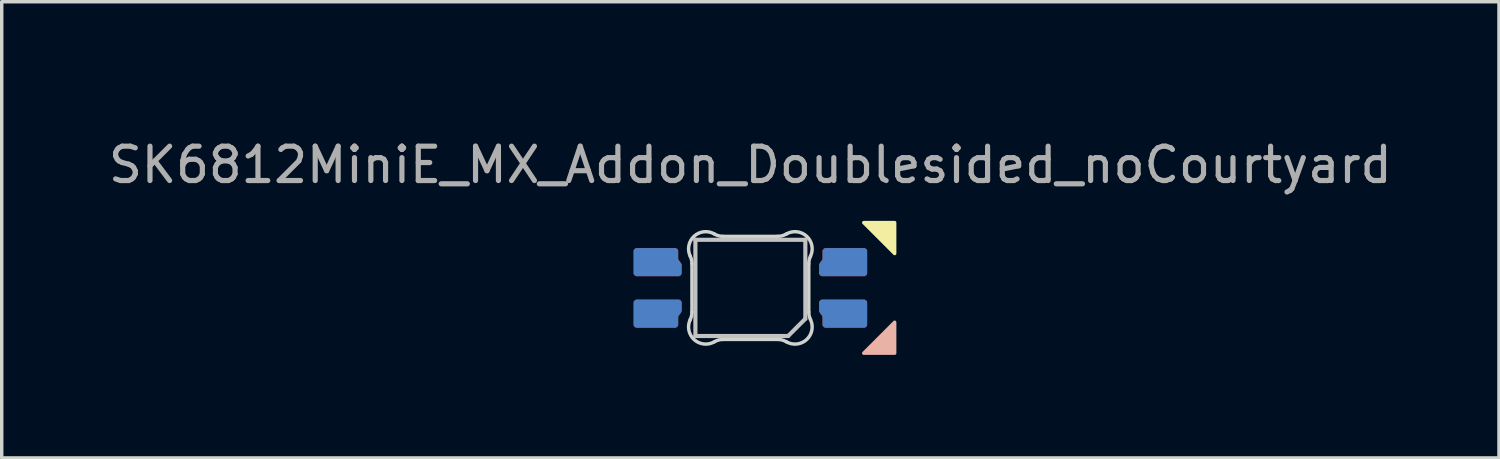
<source format=kicad_pcb>
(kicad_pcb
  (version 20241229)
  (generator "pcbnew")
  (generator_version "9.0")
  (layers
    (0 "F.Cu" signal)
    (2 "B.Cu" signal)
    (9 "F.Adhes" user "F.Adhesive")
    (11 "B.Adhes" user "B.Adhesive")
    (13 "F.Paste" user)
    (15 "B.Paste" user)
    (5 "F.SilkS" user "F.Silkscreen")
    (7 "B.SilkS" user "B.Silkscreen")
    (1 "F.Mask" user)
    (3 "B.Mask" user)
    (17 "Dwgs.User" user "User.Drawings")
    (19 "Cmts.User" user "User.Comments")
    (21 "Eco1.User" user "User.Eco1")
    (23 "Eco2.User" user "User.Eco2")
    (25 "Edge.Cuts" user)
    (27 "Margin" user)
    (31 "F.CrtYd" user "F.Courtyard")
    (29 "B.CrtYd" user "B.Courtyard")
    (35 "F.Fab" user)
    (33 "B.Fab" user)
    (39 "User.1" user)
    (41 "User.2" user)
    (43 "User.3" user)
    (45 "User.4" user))
  (footprint "SK6812MiniE_MX_Addon_Doublesided_noCourtyard"
    (layer "F.Cu")
    (at 18.792 0.25)
    (property "Reference" "SK6812MiniE_MX_Addon_Doublesided_noCourtyard" (at 0 1.5 0) (layer "F.Fab") (effects (font (size 1 1) (thickness 0.15))))
    (attr smd)
    (fp_poly (pts (xy 4.2 4.08) (xy 3.3 3.18) (xy 4.2 3.18)) (stroke (width 0.1) (type solid)) (fill yes) (layer "F.SilkS"))
    (fp_poly (pts (xy 4.2 6.08) (xy 3.3 6.98) (xy 4.2 6.98)) (stroke (width 0.1) (type solid)) (fill yes) (layer "B.SilkS"))
    (fp_line (start -1.6 3.68) (end -1.6 6.48) (stroke (width 0.12) (type solid)) (layer "Dwgs.User"))
    (fp_line (start -1.6 6.48) (end 1.1 6.48) (stroke (width 0.12) (type solid)) (layer "Dwgs.User"))
    (fp_line (start 1.6 3.68) (end -1.6 3.68) (stroke (width 0.12) (type solid)) (layer "Dwgs.User"))
    (fp_line (start 1.6 5.98) (end 1.1 6.48) (stroke (width 0.12) (type solid)) (layer "Dwgs.User"))
    (fp_line (start 1.6 5.98) (end 1.6 3.68) (stroke (width 0.12) (type solid)) (layer "Dwgs.User"))
    (fp_line (start -1.7 5.783) (end -1.7 4.377) (stroke (width 0.1) (type solid)) (layer "Edge.Cuts"))
    (fp_line (start -0.794 3.58) (end 0.794 3.58) (stroke (width 0.1) (type solid)) (layer "Edge.Cuts"))
    (fp_line (start 0.794 6.58) (end -0.794 6.58) (stroke (width 0.1) (type solid)) (layer "Edge.Cuts"))
    (fp_line (start 1.7 4.377) (end 1.7 5.783) (stroke (width 0.1) (type solid)) (layer "Edge.Cuts"))
    (fp_arc (start -1.749484 4.160279) (mid -1.712527 4.265931) (end -1.699999 4.377157) (stroke (width 0.1) (type solid)) (layer "Edge.Cuts"))
    (fp_arc (start -1.749484 4.160279) (mid -1.638071 3.575964) (end -1.046711 3.5117) (stroke (width 0.1) (type solid)) (layer "Edge.Cuts"))
    (fp_arc (start -1.699999 5.782842) (mid -1.712527 5.894067) (end -1.749484 5.999719) (stroke (width 0.1) (type solid)) (layer "Edge.Cuts"))
    (fp_arc (start -1.046711 6.648296) (mid -1.63807 6.584033) (end -1.749484 5.999719) (stroke (width 0.1) (type solid)) (layer "Edge.Cuts"))
    (fp_arc (start -1.04671 6.648298) (mid -0.925122 6.597376) (end -0.794452 6.579999) (stroke (width 0.1) (type solid)) (layer "Edge.Cuts"))
    (fp_arc (start -0.794453 3.579999) (mid -0.925123 3.562622) (end -1.046711 3.5117) (stroke (width 0.1) (type solid)) (layer "Edge.Cuts"))
    (fp_arc (start 0.794452 6.579999) (mid 0.925123 6.597376) (end 1.046711 6.648298) (stroke (width 0.1) (type solid)) (layer "Edge.Cuts"))
    (fp_arc (start 1.046711 3.511701) (mid 0.925123 3.562623) (end 0.794453 3.58) (stroke (width 0.1) (type solid)) (layer "Edge.Cuts"))
    (fp_arc (start 1.046711 3.511701) (mid 1.638071 3.575965) (end 1.749484 4.160279) (stroke (width 0.1) (type solid)) (layer "Edge.Cuts"))
    (fp_arc (start 1.699999 4.377156) (mid 1.712527 4.265931) (end 1.749484 4.160279) (stroke (width 0.1) (type solid)) (layer "Edge.Cuts"))
    (fp_arc (start 1.749484 5.999718) (mid 1.638072 6.584034) (end 1.046711 6.648298) (stroke (width 0.1) (type solid)) (layer "Edge.Cuts"))
    (fp_arc (start 1.749484 5.999719) (mid 1.712527 5.894067) (end 1.699999 5.782841) (stroke (width 0.1) (type solid)) (layer "Edge.Cuts"))
    (pad "1" smd custom (at -2.751 5.83 270) (size 0.82 1.151) (layers "F.Cu" "F.Mask" "F.Paste") (options (anchor rect)) (primitives (gr_poly (pts (xy -0.31 -0.671) (xy -0.41 -0.671) (xy -0.41 0.575) (xy -0.383 0.622) (xy -0.337 0.649) (xy -0.31 0.649)) (width 0) (fill yes)) (gr_poly (pts (xy -0.337 -0.749) (xy -0.383 -0.722) (xy -0.41 -0.675) (xy -0.41 -0.649) (xy -0.31 -0.649) (xy -0.31 -0.749)) (width 0) (fill yes)) (gr_poly (pts (xy -0.041 -0.736) (xy -0.06 -0.744) (xy -0.081 -0.749) (xy -0.091 -0.749) (xy -0.329 -0.749) (xy -0.329 -0.649) (xy 0.071 -0.589) (xy 0.055 -0.667) (xy -0.033 -0.73)) (width 0) (fill yes)) (gr_poly (pts (xy 0.061 -0.569) (xy 0.055 -0.667) (xy 0.063 -0.661) (xy 0.082 -0.653) (xy 0.103 -0.649) (xy 0.113 -0.649)) (width 0) (fill yes)) (gr_poly (pts (xy 0.41 0.549) (xy -0.32 0.549) (xy -0.32 0.649) (xy 0.337 0.649) (xy 0.383 0.622) (xy 0.41 0.575)) (width 0) (fill yes)) (gr_poly (pts (xy 0.383 -0.622) (xy 0.337 -0.649) (xy 0.31 -0.649) (xy 0.09 -0.649) (xy -0.35 -0.669) (xy -0.33 0.571) (xy 0.41 0.561) (xy 0.41 -0.549) (xy 0.41 -0.575)) (width 0) (fill yes))))
    (pad "1" smd custom (at -2.75 4.33 270) (size 0.82 1.151) (layers "B.Cu" "B.Mask" "B.Paste") (options (anchor rect)) (primitives (gr_poly (pts (xy 0.31 -0.671) (xy 0.41 -0.671) (xy 0.41 0.575) (xy 0.383 0.622) (xy 0.337 0.649) (xy 0.31 0.649)) (width 0) (fill yes)) (gr_poly (pts (xy 0.337 -0.749) (xy 0.383 -0.722) (xy 0.41 -0.675) (xy 0.41 -0.649) (xy 0.31 -0.649) (xy 0.31 -0.749)) (width 0) (fill yes)) (gr_poly (pts (xy 0.041 -0.736) (xy 0.06 -0.744) (xy 0.081 -0.749) (xy 0.091 -0.749) (xy 0.329 -0.749) (xy 0.329 -0.649) (xy -0.071 -0.589) (xy -0.055 -0.667) (xy 0.033 -0.73)) (width 0) (fill yes)) (gr_poly (pts (xy -0.061 -0.569) (xy -0.055 -0.667) (xy -0.063 -0.661) (xy -0.082 -0.653) (xy -0.103 -0.649) (xy -0.113 -0.649)) (width 0) (fill yes)) (gr_poly (pts (xy -0.41 0.549) (xy 0.32 0.549) (xy 0.32 0.649) (xy -0.337 0.649) (xy -0.383 0.622) (xy -0.41 0.575)) (width 0) (fill yes)) (gr_poly (pts (xy -0.383 -0.622) (xy -0.337 -0.649) (xy -0.31 -0.649) (xy -0.09 -0.649) (xy 0.35 -0.669) (xy 0.33 0.571) (xy -0.41 0.561) (xy -0.41 -0.549) (xy -0.41 -0.575)) (width 0) (fill yes))))
    (pad "2" smd custom (at -2.75 4.33 90) (size 0.82 1.151) (layers "F.Cu" "F.Mask" "F.Paste") (options (anchor rect)) (primitives (gr_poly (pts (xy -0.31 0.671) (xy -0.41 0.671) (xy -0.41 -0.575) (xy -0.383 -0.622) (xy -0.337 -0.649) (xy -0.31 -0.649)) (width 0) (fill yes)) (gr_poly (pts (xy -0.337 0.749) (xy -0.383 0.722) (xy -0.41 0.675) (xy -0.41 0.649) (xy -0.31 0.649) (xy -0.31 0.749)) (width 0) (fill yes)) (gr_poly (pts (xy -0.041 0.736) (xy -0.06 0.744) (xy -0.081 0.749) (xy -0.091 0.749) (xy -0.329 0.749) (xy -0.329 0.649) (xy 0.071 0.589) (xy 0.055 0.667) (xy -0.033 0.73)) (width 0) (fill yes)) (gr_poly (pts (xy 0.061 0.569) (xy 0.055 0.667) (xy 0.063 0.661) (xy 0.082 0.653) (xy 0.103 0.649) (xy 0.113 0.649)) (width 0) (fill yes)) (gr_poly (pts (xy 0.41 -0.549) (xy -0.32 -0.549) (xy -0.32 -0.649) (xy 0.337 -0.649) (xy 0.383 -0.622) (xy 0.41 -0.575)) (width 0) (fill yes)) (gr_poly (pts (xy 0.383 0.622) (xy 0.337 0.649) (xy 0.31 0.649) (xy 0.09 0.649) (xy -0.35 0.669) (xy -0.33 -0.571) (xy 0.41 -0.561) (xy 0.41 0.549) (xy 0.41 0.575)) (width 0) (fill yes))))
    (pad "2" smd custom (at -2.749 5.83 90) (size 0.82 1.151) (layers "B.Cu" "B.Mask" "B.Paste") (options (anchor rect)) (primitives (gr_poly (pts (xy 0.31 0.671) (xy 0.41 0.671) (xy 0.41 -0.575) (xy 0.383 -0.622) (xy 0.337 -0.649) (xy 0.31 -0.649)) (width 0) (fill yes)) (gr_poly (pts (xy 0.337 0.749) (xy 0.383 0.722) (xy 0.41 0.675) (xy 0.41 0.649) (xy 0.31 0.649) (xy 0.31 0.749)) (width 0) (fill yes)) (gr_poly (pts (xy 0.041 0.736) (xy 0.06 0.744) (xy 0.081 0.749) (xy 0.091 0.749) (xy 0.329 0.749) (xy 0.329 0.649) (xy -0.071 0.589) (xy -0.055 0.667) (xy 0.033 0.73)) (width 0) (fill yes)) (gr_poly (pts (xy -0.061 0.569) (xy -0.055 0.667) (xy -0.063 0.661) (xy -0.082 0.653) (xy -0.103 0.649) (xy -0.113 0.649)) (width 0) (fill yes)) (gr_poly (pts (xy -0.41 -0.549) (xy 0.32 -0.549) (xy 0.32 -0.649) (xy -0.337 -0.649) (xy -0.383 -0.622) (xy -0.41 -0.575)) (width 0) (fill yes)) (gr_poly (pts (xy -0.383 0.622) (xy -0.337 0.649) (xy -0.31 0.649) (xy -0.09 0.649) (xy 0.35 0.669) (xy 0.33 -0.571) (xy -0.41 -0.561) (xy -0.41 0.549) (xy -0.41 0.575)) (width 0) (fill yes))))
    (pad "3" smd custom (at 2.749 4.33 270) (size 0.82 1.151) (layers "F.Cu" "F.Mask" "F.Paste") (options (anchor rect)) (primitives (gr_poly (pts (xy 0.31 0.671) (xy 0.41 0.671) (xy 0.41 -0.575) (xy 0.383 -0.622) (xy 0.337 -0.649) (xy 0.31 -0.649)) (width 0) (fill yes)) (gr_poly (pts (xy 0.337 0.749) (xy 0.383 0.722) (xy 0.41 0.675) (xy 0.41 0.649) (xy 0.31 0.649) (xy 0.31 0.749)) (width 0) (fill yes)) (gr_poly (pts (xy 0.041 0.736) (xy 0.06 0.744) (xy 0.081 0.749) (xy 0.091 0.749) (xy 0.329 0.749) (xy 0.329 0.649) (xy -0.071 0.589) (xy -0.055 0.667) (xy 0.033 0.73)) (width 0) (fill yes)) (gr_poly (pts (xy -0.061 0.569) (xy -0.055 0.667) (xy -0.063 0.661) (xy -0.082 0.653) (xy -0.103 0.649) (xy -0.113 0.649)) (width 0) (fill yes)) (gr_poly (pts (xy -0.41 -0.549) (xy 0.32 -0.549) (xy 0.32 -0.649) (xy -0.337 -0.649) (xy -0.383 -0.622) (xy -0.41 -0.575)) (width 0) (fill yes)) (gr_poly (pts (xy -0.383 0.622) (xy -0.337 0.649) (xy -0.31 0.649) (xy -0.09 0.649) (xy 0.35 0.669) (xy 0.33 -0.571) (xy -0.41 -0.561) (xy -0.41 0.549) (xy -0.41 0.575)) (width 0) (fill yes))))
    (pad "3" smd custom (at 2.75 5.83 270) (size 0.82 1.151) (layers "B.Cu" "B.Mask" "B.Paste") (options (anchor rect)) (primitives (gr_poly (pts (xy -0.31 0.671) (xy -0.41 0.671) (xy -0.41 -0.575) (xy -0.383 -0.622) (xy -0.337 -0.649) (xy -0.31 -0.649)) (width 0) (fill yes)) (gr_poly (pts (xy -0.337 0.749) (xy -0.383 0.722) (xy -0.41 0.675) (xy -0.41 0.649) (xy -0.31 0.649) (xy -0.31 0.749)) (width 0) (fill yes)) (gr_poly (pts (xy -0.041 0.736) (xy -0.06 0.744) (xy -0.081 0.749) (xy -0.091 0.749) (xy -0.329 0.749) (xy -0.329 0.649) (xy 0.071 0.589) (xy 0.055 0.667) (xy -0.033 0.73)) (width 0) (fill yes)) (gr_poly (pts (xy 0.061 0.569) (xy 0.055 0.667) (xy 0.063 0.661) (xy 0.082 0.653) (xy 0.103 0.649) (xy 0.113 0.649)) (width 0) (fill yes)) (gr_poly (pts (xy 0.41 -0.549) (xy -0.32 -0.549) (xy -0.32 -0.649) (xy 0.337 -0.649) (xy 0.383 -0.622) (xy 0.41 -0.575)) (width 0) (fill yes)) (gr_poly (pts (xy 0.383 0.622) (xy 0.337 0.649) (xy 0.31 0.649) (xy 0.09 0.649) (xy -0.35 0.669) (xy -0.33 -0.571) (xy 0.41 -0.561) (xy 0.41 0.549) (xy 0.41 0.575)) (width 0) (fill yes))))
    (pad "4" smd custom (at 2.75 5.83 90) (size 0.82 1.151) (layers "F.Cu" "F.Mask" "F.Paste") (options (anchor rect)) (primitives (gr_poly (pts (xy 0.31 -0.671) (xy 0.41 -0.671) (xy 0.41 0.575) (xy 0.383 0.622) (xy 0.337 0.649) (xy 0.31 0.649)) (width 0) (fill yes)) (gr_poly (pts (xy 0.337 -0.749) (xy 0.383 -0.722) (xy 0.41 -0.675) (xy 0.41 -0.649) (xy 0.31 -0.649) (xy 0.31 -0.749)) (width 0) (fill yes)) (gr_poly (pts (xy 0.041 -0.736) (xy 0.06 -0.744) (xy 0.081 -0.749) (xy 0.091 -0.749) (xy 0.329 -0.749) (xy 0.329 -0.649) (xy -0.071 -0.589) (xy -0.055 -0.667) (xy 0.033 -0.73)) (width 0) (fill yes)) (gr_poly (pts (xy -0.061 -0.569) (xy -0.055 -0.667) (xy -0.063 -0.661) (xy -0.082 -0.653) (xy -0.103 -0.649) (xy -0.113 -0.649)) (width 0) (fill yes)) (gr_poly (pts (xy -0.41 0.549) (xy 0.32 0.549) (xy 0.32 0.649) (xy -0.337 0.649) (xy -0.383 0.622) (xy -0.41 0.575)) (width 0) (fill yes)) (gr_poly (pts (xy -0.383 -0.622) (xy -0.337 -0.649) (xy -0.31 -0.649) (xy -0.09 -0.649) (xy 0.35 -0.669) (xy 0.33 0.571) (xy -0.41 0.561) (xy -0.41 -0.549) (xy -0.41 -0.575)) (width 0) (fill yes))))
    (pad "4" smd custom (at 2.751 4.33 90) (size 0.82 1.151) (layers "B.Cu" "B.Mask" "B.Paste") (options (anchor rect)) (primitives (gr_poly (pts (xy -0.31 -0.671) (xy -0.41 -0.671) (xy -0.41 0.575) (xy -0.383 0.622) (xy -0.337 0.649) (xy -0.31 0.649)) (width 0) (fill yes)) (gr_poly (pts (xy -0.337 -0.749) (xy -0.383 -0.722) (xy -0.41 -0.675) (xy -0.41 -0.649) (xy -0.31 -0.649) (xy -0.31 -0.749)) (width 0) (fill yes)) (gr_poly (pts (xy -0.041 -0.736) (xy -0.06 -0.744) (xy -0.081 -0.749) (xy -0.091 -0.749) (xy -0.329 -0.749) (xy -0.329 -0.649) (xy 0.071 -0.589) (xy 0.055 -0.667) (xy -0.033 -0.73)) (width 0) (fill yes)) (gr_poly (pts (xy 0.061 -0.569) (xy 0.055 -0.667) (xy 0.063 -0.661) (xy 0.082 -0.653) (xy 0.103 -0.649) (xy 0.113 -0.649)) (width 0) (fill yes)) (gr_poly (pts (xy 0.41 0.549) (xy -0.32 0.549) (xy -0.32 0.649) (xy 0.337 0.649) (xy 0.383 0.622) (xy 0.41 0.575)) (width 0) (fill yes)) (gr_poly (pts (xy 0.383 -0.622) (xy 0.337 -0.649) (xy 0.31 -0.649) (xy 0.09 -0.649) (xy -0.35 -0.669) (xy -0.33 0.571) (xy 0.41 0.561) (xy 0.41 -0.549) (xy 0.41 -0.575)) (width 0) (fill yes)))))
  (gr_rect
    (start -3 -3)
    (end 40.583 10.28)
    (stroke (width 0.1) (type default))
    (fill no)
    (layer "Edge.Cuts")))
</source>
